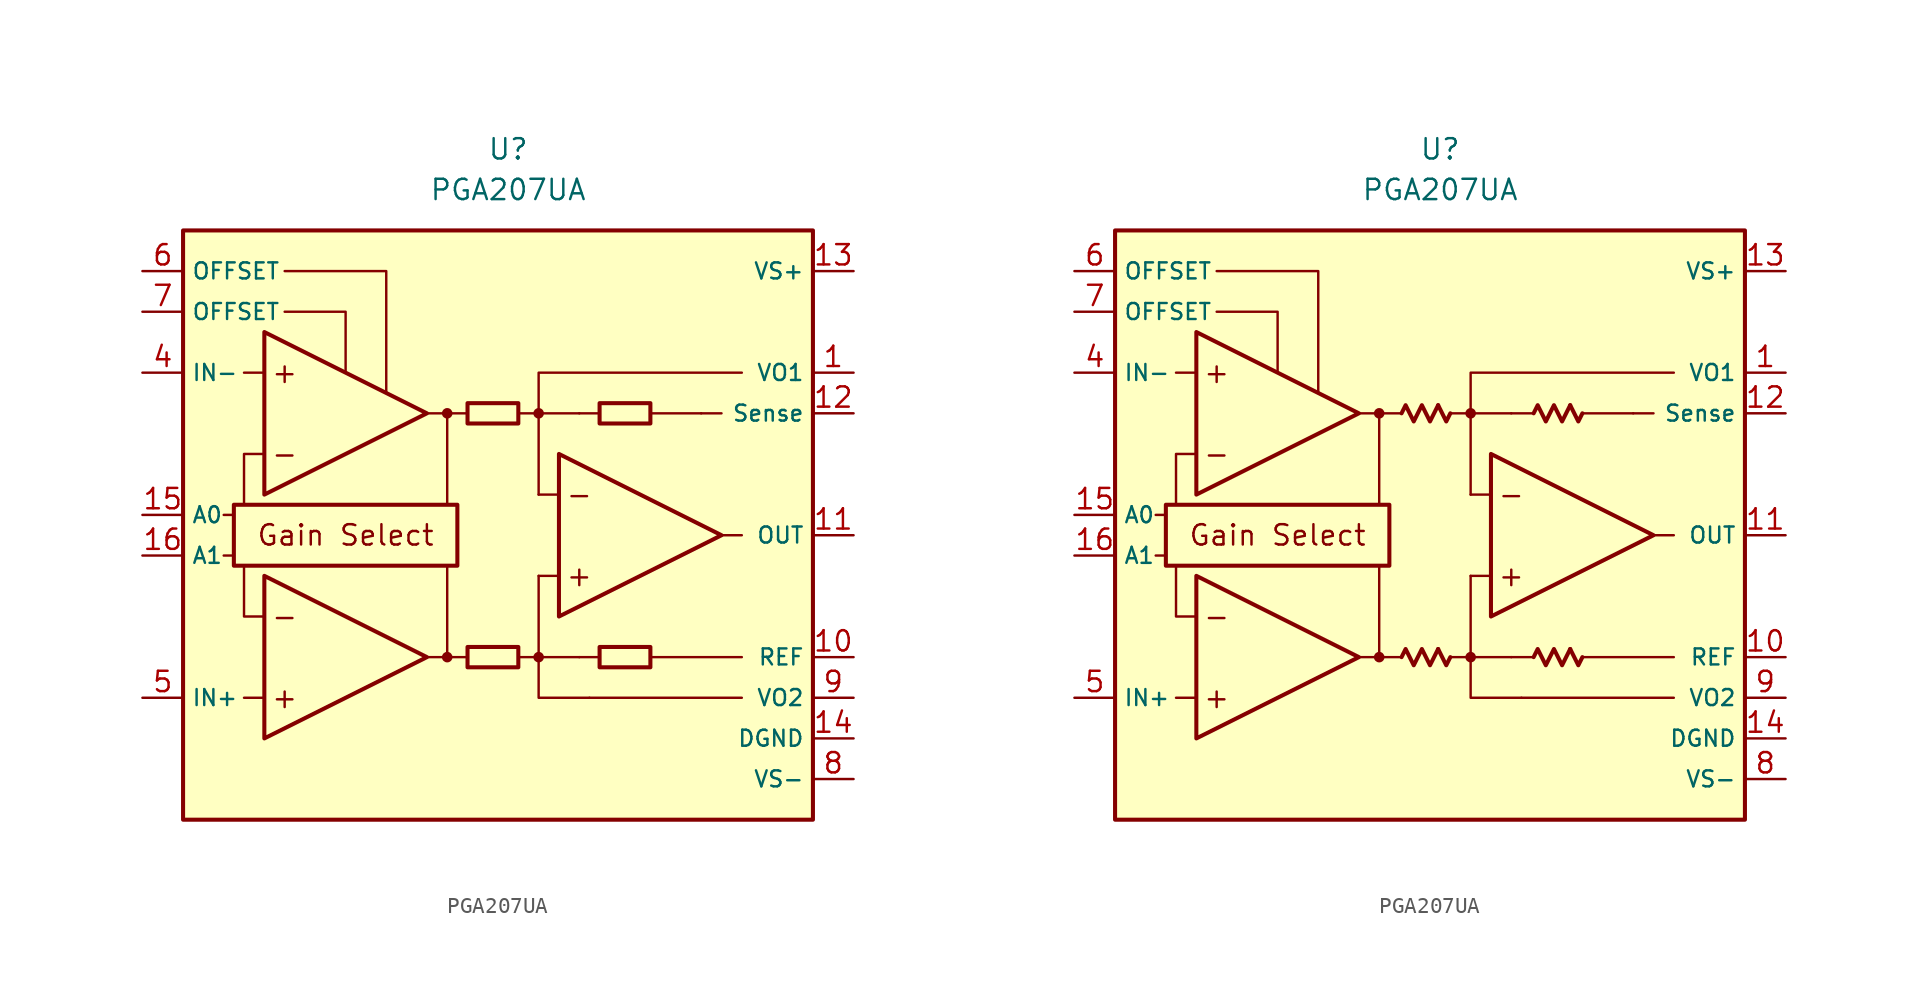
<source format=kicad_sym>
(kicad_symbol_lib
  (version 20231120)
  (generator "kicad_symbol_editor")
  (generator_version "8.0")
  (symbol "PGA207UA"
    (property "Reference" "U"
      (at 0 22.86 0)
      (effects (font (size 1.27 1.27))))
    (property "Value" "PGA207UA"
      (at 0 20.32 0)
      (effects (font (size 1.27 1.27))))
    (symbol "PGA207UA_0_0"
      (rectangle (start -20.32 17.78) (end 19.05 -19.05) (stroke (width 0.254) (type default)) (fill (type background)))
      (rectangle (start -17.145 0.635) (end -3.175 -3.175) (stroke (width 0.254) (type default)) (fill (type none)))
      (circle (center -3.81 -8.89) (radius 0.254) (stroke (width 0.152) (type default)) (fill (type outline)))
      (circle (center -3.81 6.35) (radius 0.254) (stroke (width 0.152) (type default)) (fill (type outline)))
      (polyline (pts (xy -1.27 -8.89)) (stroke (width 0.152) (type default)) (fill (type none)))
      (polyline (pts (xy -1.27 6.35)) (stroke (width 0.152) (type default)) (fill (type none)))
      (polyline (pts (xy 5.715 6.35)) (stroke (width 0.152) (type default)) (fill (type none)))
      (polyline (pts (xy -17.145 -2.54) (xy -17.78 -2.54)) (stroke (width 0.152) (type default)) (fill (type none)))
      (polyline (pts (xy -17.145 0) (xy -17.78 0)) (stroke (width 0.152) (type default)) (fill (type none)))
      (polyline (pts (xy -15.24 -11.43) (xy -16.51 -11.43)) (stroke (width 0.152) (type default)) (fill (type none)))
      (polyline (pts (xy -15.24 8.89) (xy -16.51 8.89)) (stroke (width 0.152) (type default)) (fill (type none)))
      (polyline (pts (xy -5.08 -8.89) (xy -2.54 -8.89)) (stroke (width 0.152) (type default)) (fill (type none)))
      (polyline (pts (xy -5.08 6.35) (xy -2.54 6.35)) (stroke (width 0.152) (type default)) (fill (type none)))
      (polyline (pts (xy -3.81 -8.89) (xy -3.81 -3.175)) (stroke (width 0.152) (type default)) (fill (type none)))
      (polyline (pts (xy -3.81 0.635) (xy -3.81 6.35)) (stroke (width 0.152) (type default)) (fill (type none)))
      (polyline (pts (xy 0.635 -8.89) (xy 1.905 -8.89)) (stroke (width 0.152) (type default)) (fill (type none)))
      (polyline (pts (xy 0.635 6.35) (xy 1.905 6.35)) (stroke (width 0.152) (type default)) (fill (type none)))
      (polyline (pts (xy 3.175 -3.81) (xy 1.905 -3.81)) (stroke (width 0.152) (type default)) (fill (type none)))
      (polyline (pts (xy 3.175 1.27) (xy 1.905 1.27)) (stroke (width 0.152) (type default)) (fill (type none)))
      (polyline (pts (xy 4.445 -8.89) (xy 1.905 -8.89)) (stroke (width 0.152) (type default)) (fill (type none)))
      (polyline (pts (xy 4.445 -8.89) (xy 5.715 -8.89)) (stroke (width 0.152) (type default)) (fill (type none)))
      (polyline (pts (xy 4.445 6.35) (xy 1.905 6.35)) (stroke (width 0.152) (type default)) (fill (type none)))
      (polyline (pts (xy 4.445 6.35) (xy 5.715 6.35)) (stroke (width 0.152) (type default)) (fill (type none)))
      (polyline (pts (xy 8.89 -8.89) (xy 14.605 -8.89)) (stroke (width 0.152) (type default)) (fill (type none)))
      (polyline (pts (xy 8.89 6.35) (xy 12.065 6.35)) (stroke (width 0.152) (type default)) (fill (type none)))
      (polyline (pts (xy 12.065 6.35) (xy 13.335 6.35)) (stroke (width 0.152) (type default)) (fill (type none)))
      (polyline (pts (xy 13.335 -1.27) (xy 14.605 -1.27)) (stroke (width 0.152) (type default)) (fill (type none)))
      (polyline (pts (xy 14.605 -11.43) (xy 5.08 -11.43)) (stroke (width 0.152) (type default)) (fill (type none)))
      (polyline (pts (xy -16.51 -3.175) (xy -16.51 -6.35) (xy -15.24 -6.35)) (stroke (width 0.152) (type default)) (fill (type none)))
      (polyline (pts (xy -15.24 3.81) (xy -16.51 3.81) (xy -16.51 0.635)) (stroke (width 0.152) (type default)) (fill (type none)))
      (polyline (pts (xy -13.97 12.7) (xy -10.16 12.7) (xy -10.16 8.89)) (stroke (width 0.152) (type default)) (fill (type none)))
      (polyline (pts (xy -7.62 7.62) (xy -7.62 15.24) (xy -13.97 15.24)) (stroke (width 0.152) (type default)) (fill (type none)))
      (polyline (pts (xy 1.905 -3.81) (xy 1.905 -11.43) (xy 5.08 -11.43)) (stroke (width 0.152) (type default)) (fill (type none)))
      (polyline (pts (xy 14.605 8.89) (xy 1.905 8.89) (xy 1.905 1.27)) (stroke (width 0.152) (type default)) (fill (type none)))
      (circle (center 1.905 -8.89) (radius 0.254) (stroke (width 0.152) (type default)) (fill (type outline)))
      (circle (center 1.905 6.35) (radius 0.254) (stroke (width 0.152) (type default)) (fill (type outline)))
      (text "+" (at -13.97 -11.43 0) (effects (font (size 1.27 1.27))))
      (text "+" (at -13.97 8.89 0) (effects (font (size 1.27 1.27))))
      (text "+" (at 4.445 -3.81 0) (effects (font (size 1.27 1.27))))
      (text "-" (at -13.97 -6.35 0) (effects (font (size 1.27 1.27))))
      (text "-" (at -13.97 3.81 0) (effects (font (size 1.27 1.27))))
      (text "-" (at 4.445 1.27 0) (effects (font (size 1.27 1.27))))
      (text "Gain Select" (at -10.16 -1.27 0) (effects (font (size 1.27 1.27)))))
    (symbol "PGA207UA_0_1"
      (rectangle (start -2.54 -8.255) (end 0.635 -9.525) (stroke (width 0.254) (type default)) (fill (type none)))
      (rectangle (start -2.54 6.985) (end 0.635 5.715) (stroke (width 0.254) (type default)) (fill (type none)))
      (rectangle (start 5.715 -8.255) (end 8.89 -9.525) (stroke (width 0.254) (type default)) (fill (type none)))
      (rectangle (start 5.715 6.985) (end 8.89 5.715) (stroke (width 0.254) (type default)) (fill (type none))))
    (symbol "PGA207UA_0_2"
      (polyline (pts (xy -0.127 -8.382) (xy 0.381 -9.398) (xy 0.635 -8.89)) (stroke (width 0.254) (type default)) (fill (type none)))
      (polyline (pts (xy -0.127 6.858) (xy 0.381 5.842) (xy 0.635 6.35)) (stroke (width 0.254) (type default)) (fill (type none)))
      (polyline (pts (xy 8.128 -8.382) (xy 8.636 -9.398) (xy 8.89 -8.89)) (stroke (width 0.254) (type default)) (fill (type none)))
      (polyline (pts (xy 8.128 6.858) (xy 8.636 5.842) (xy 8.89 6.35)) (stroke (width 0.254) (type default)) (fill (type none)))
      (polyline (pts (xy -2.413 -8.89) (xy -2.159 -8.382) (xy -1.651 -9.398) (xy -1.143 -8.382) (xy -0.635 -9.398) (xy -0.127 -8.382)) (stroke (width 0.254) (type default)) (fill (type none)))
      (polyline (pts (xy -2.413 6.35) (xy -2.159 6.858) (xy -1.651 5.842) (xy -1.143 6.858) (xy -0.635 5.842) (xy -0.127 6.858)) (stroke (width 0.254) (type default)) (fill (type none)))
      (polyline (pts (xy 5.842 -8.89) (xy 6.096 -8.382) (xy 6.604 -9.398) (xy 7.112 -8.382) (xy 7.62 -9.398) (xy 8.128 -8.382)) (stroke (width 0.254) (type default)) (fill (type none)))
      (polyline (pts (xy 5.842 6.35) (xy 6.096 6.858) (xy 6.604 5.842) (xy 7.112 6.858) (xy 7.62 5.842) (xy 8.128 6.858)) (stroke (width 0.254) (type default)) (fill (type none))))
    (symbol "PGA207UA_1_0"
      (polyline (pts (xy -15.24 -3.81) (xy -15.24 -13.97) (xy -5.08 -8.89) (xy -15.24 -3.81)) (stroke (width 0.254) (type default)) (fill (type background)))
      (polyline (pts (xy -15.24 11.43) (xy -15.24 1.27) (xy -5.08 6.35) (xy -15.24 11.43)) (stroke (width 0.254) (type default)) (fill (type background)))
      (polyline (pts (xy 3.175 3.81) (xy 3.175 -6.35) (xy 13.335 -1.27) (xy 3.175 3.81)) (stroke (width 0.254) (type default)) (fill (type background))))
    (symbol "PGA207UA_1_1"
      (pin passive line (at 21.59 8.89 180) (length 2.54) (name "VO1" (effects (font (size 1 1)))) (number "1" (effects (font (size 1.27 1.27)))))
      (pin passive line (at 21.59 -8.89 180) (length 2.54) (name "REF" (effects (font (size 1 1)))) (number "10" (effects (font (size 1.27 1.27)))))
      (pin output line (at 21.59 -1.27 180) (length 2.54) (name "OUT" (effects (font (size 1 1)))) (number "11" (effects (font (size 1.27 1.27)))))
      (pin passive line (at 21.59 6.35 180) (length 2.54) (name "Sense" (effects (font (size 1 1)))) (number "12" (effects (font (size 1.27 1.27)))))
      (pin power_in line (at 21.59 15.24 180) (length 2.54) (name "VS+" (effects (font (size 1 1)))) (number "13" (effects (font (size 1.27 1.27)))))
      (pin power_in line (at 21.59 -13.97 180) (length 2.54) (name "DGND" (effects (font (size 1 1)))) (number "14" (effects (font (size 1.27 1.27)))))
      (pin input line (at -22.86 0 0) (length 2.54) (name "A0" (effects (font (size 1 1)))) (number "15" (effects (font (size 1.27 1.27)))))
      (pin input line (at -22.86 -2.54 0) (length 2.54) (name "A1" (effects (font (size 1 1)))) (number "16" (effects (font (size 1.27 1.27)))))
      (pin free line (at -1.27 -12.7 0) (length 2.54) hide (name "NC" (effects (font (size 1.27 1.27)))) (number "2" (effects (font (size 1.27 1.27)))))
      (pin free line (at -1.27 -15.24 0) (length 2.54) hide (name "NC" (effects (font (size 1.27 1.27)))) (number "3" (effects (font (size 1.27 1.27)))))
      (pin input line (at -22.86 8.89 0) (length 2.54) (name "IN-" (effects (font (size 1 1)))) (number "4" (effects (font (size 1.27 1.27)))))
      (pin input line (at -22.86 -11.43 0) (length 2.54) (name "IN+" (effects (font (size 1 1)))) (number "5" (effects (font (size 1.27 1.27)))))
      (pin passive line (at -22.86 15.24 0) (length 2.54) (name "OFFSET" (effects (font (size 1 1)))) (number "6" (effects (font (size 1.27 1.27)))))
      (pin passive line (at -22.86 12.7 0) (length 2.54) (name "OFFSET" (effects (font (size 1 1)))) (number "7" (effects (font (size 1.27 1.27)))))
      (pin power_in line (at 21.59 -16.51 180) (length 2.54) (name "VS-" (effects (font (size 1 1)))) (number "8" (effects (font (size 1.27 1.27)))))
      (pin passive line (at 21.59 -11.43 180) (length 2.54) (name "VO2" (effects (font (size 1 1)))) (number "9" (effects (font (size 1.27 1.27))))))
    (symbol "PGA207UA_1_2"
      (pin passive line (at 21.59 8.89 180) (length 2.54) (name "VO1" (effects (font (size 1 1)))) (number "1" (effects (font (size 1.27 1.27)))))
      (pin passive line (at 21.59 -8.89 180) (length 2.54) (name "REF" (effects (font (size 1 1)))) (number "10" (effects (font (size 1.27 1.27)))))
      (pin output line (at 21.59 -1.27 180) (length 2.54) (name "OUT" (effects (font (size 1 1)))) (number "11" (effects (font (size 1.27 1.27)))))
      (pin passive line (at 21.59 6.35 180) (length 2.54) (name "Sense" (effects (font (size 1 1)))) (number "12" (effects (font (size 1.27 1.27)))))
      (pin power_in line (at 21.59 15.24 180) (length 2.54) (name "VS+" (effects (font (size 1 1)))) (number "13" (effects (font (size 1.27 1.27)))))
      (pin power_in line (at 21.59 -13.97 180) (length 2.54) (name "DGND" (effects (font (size 1 1)))) (number "14" (effects (font (size 1.27 1.27)))))
      (pin input line (at -22.86 0 0) (length 2.54) (name "A0" (effects (font (size 1 1)))) (number "15" (effects (font (size 1.27 1.27)))))
      (pin input line (at -22.86 -2.54 0) (length 2.54) (name "A1" (effects (font (size 1 1)))) (number "16" (effects (font (size 1.27 1.27)))))
      (pin free line (at -1.27 -12.7 0) (length 2.54) hide (name "NC" (effects (font (size 1.27 1.27)))) (number "2" (effects (font (size 1.27 1.27)))))
      (pin free line (at -1.27 -15.24 0) (length 2.54) hide (name "NC" (effects (font (size 1.27 1.27)))) (number "3" (effects (font (size 1.27 1.27)))))
      (pin input line (at -22.86 8.89 0) (length 2.54) (name "IN-" (effects (font (size 1 1)))) (number "4" (effects (font (size 1.27 1.27)))))
      (pin input line (at -22.86 -11.43 0) (length 2.54) (name "IN+" (effects (font (size 1 1)))) (number "5" (effects (font (size 1.27 1.27)))))
      (pin passive line (at -22.86 15.24 0) (length 2.54) (name "OFFSET" (effects (font (size 1 1)))) (number "6" (effects (font (size 1.27 1.27)))))
      (pin passive line (at -22.86 12.7 0) (length 2.54) (name "OFFSET" (effects (font (size 1 1)))) (number "7" (effects (font (size 1.27 1.27)))))
      (pin power_in line (at 21.59 -16.51 180) (length 2.54) (name "VS-" (effects (font (size 1 1)))) (number "8" (effects (font (size 1.27 1.27)))))
      (pin passive line (at 21.59 -11.43 180) (length 2.54) (name "VO2" (effects (font (size 1 1)))) (number "9" (effects (font (size 1.27 1.27))))))))
</source>
